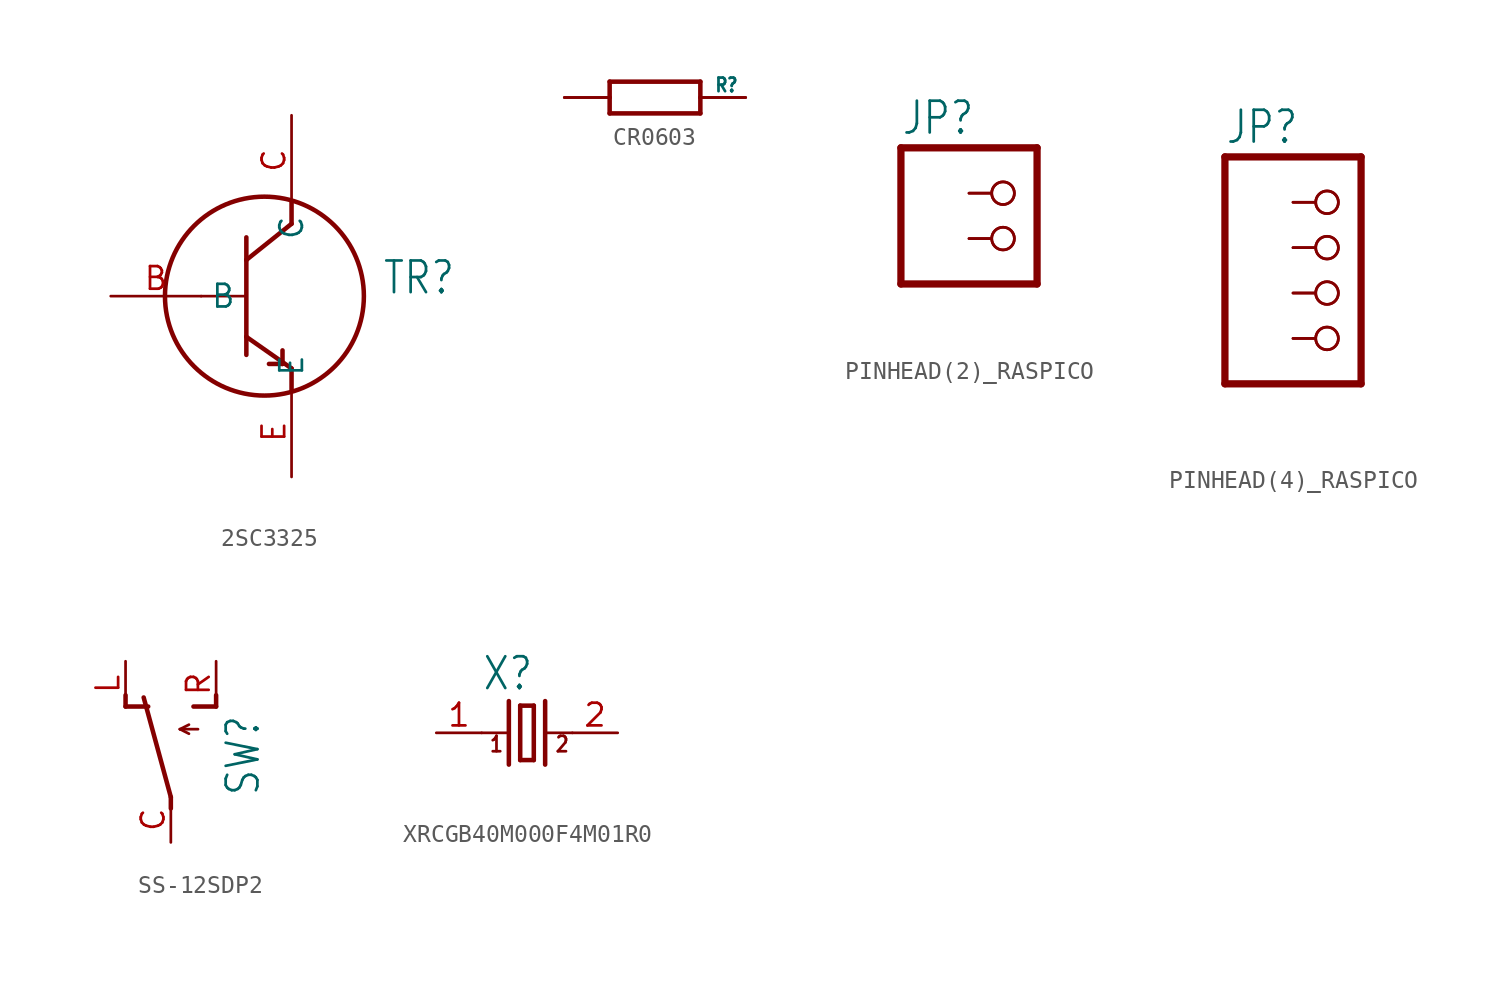
<source format=kicad_sym>
(kicad_symbol_lib
  (version 20220914)
  (generator kicad_symbol_editor)
  (symbol "2SC3325"
    (property "Reference" "TR"
      (at 7.62 0 0)
      (effects (font (size 1.778 1.511)) (justify left bottom)))
    (property "Value" ""
      (at 7.62 -2.54 0)
      (effects (font (size 1.778 1.511)) (justify left bottom)))
    (property "ki_locked" ""
      (at 0 0 0)
      (effects (font (size 1.27 1.27))))
    (symbol "2SC3325_1_0"
      (polyline (pts (xy -2.54 0) (xy 0 0)) (stroke (width 0.152) (type solid)) (fill (type none)))
      (polyline (pts (xy 0 -2.286) (xy 0 -3.302)) (stroke (width 0.254) (type solid)) (fill (type none)))
      (polyline (pts (xy 0 -2.286) (xy 2.54 -4.064)) (stroke (width 0.254) (type solid)) (fill (type none)))
      (polyline (pts (xy 0 2.032) (xy 0 -2.286)) (stroke (width 0.254) (type solid)) (fill (type none)))
      (polyline (pts (xy 0 2.032) (xy 2.54 4.064)) (stroke (width 0.254) (type solid)) (fill (type none)))
      (polyline (pts (xy 0 3.302) (xy 0 2.032)) (stroke (width 0.254) (type solid)) (fill (type none)))
      (polyline (pts (xy 2.032 -3.81) (xy 1.27 -3.81)) (stroke (width 0.254) (type solid)) (fill (type none)))
      (polyline (pts (xy 2.032 -3.81) (xy 2.032 -3.048)) (stroke (width 0.254) (type solid)) (fill (type none)))
      (polyline (pts (xy 2.54 -4.064) (xy 2.54 -5.334)) (stroke (width 0.254) (type solid)) (fill (type none)))
      (polyline (pts (xy 2.54 4.064) (xy 2.54 5.334)) (stroke (width 0.254) (type solid)) (fill (type none)))
      (circle (center 1.016 0) (radius 5.588) (stroke (width 0.254) (type solid)) (fill (type none)))
      (pin bidirectional line (at -7.62 0 0) (length 5.08) (name "B" (effects (font (size 1.27 1.27)))) (number "B" (effects (font (size 1.27 1.27)))))
      (pin bidirectional line (at 2.54 10.16 270) (length 5.08) (name "C" (effects (font (size 1.27 1.27)))) (number "C" (effects (font (size 1.27 1.27)))))
      (pin bidirectional line (at 2.54 -10.16 90) (length 5.08) (name "E" (effects (font (size 1.27 1.27)))) (number "E" (effects (font (size 1.27 1.27)))))))
  (symbol "CR0603"
    (property "Reference" "R"
      (at 3.302 0.254 0)
      (effects (font (size 0.762 0.648)) (justify left bottom)))
    (property "Value" ""
      (at 3.302 -1.016 0)
      (effects (font (size 0.762 0.648)) (justify left bottom)))
    (property "ki_locked" ""
      (at 0 0 0)
      (effects (font (size 1.27 1.27))))
    (symbol "CR0603_1_0"
      (polyline (pts (xy -5.08 0) (xy -2.54 0)) (stroke (width 0.152) (type solid)) (fill (type none)))
      (polyline (pts (xy -2.54 -0.889) (xy -2.54 0)) (stroke (width 0.254) (type solid)) (fill (type none)))
      (polyline (pts (xy -2.54 -0.889) (xy 2.54 -0.889)) (stroke (width 0.254) (type solid)) (fill (type none)))
      (polyline (pts (xy -2.54 0) (xy -2.54 0.889)) (stroke (width 0.254) (type solid)) (fill (type none)))
      (polyline (pts (xy 2.54 -0.889) (xy 2.54 0)) (stroke (width 0.254) (type solid)) (fill (type none)))
      (polyline (pts (xy 2.54 0) (xy 2.54 0.889)) (stroke (width 0.254) (type solid)) (fill (type none)))
      (polyline (pts (xy 2.54 0) (xy 5.08 0)) (stroke (width 0.152) (type solid)) (fill (type none)))
      (polyline (pts (xy 2.54 0.889) (xy -2.54 0.889)) (stroke (width 0.254) (type solid)) (fill (type none)))
      (pin bidirectional line (at -5.08 0 0) (length 2.54) (name "LEFT" (effects (font (size 0 0)))) (number "LEFT" (effects (font (size 0 0)))))
      (pin bidirectional line (at 5.08 0 180) (length 2.54) (name "RIGHT" (effects (font (size 0 0)))) (number "RIGHT" (effects (font (size 0 0)))))))
  (symbol "PINHEAD(2)_RASPICO"
    (property "Reference" "JP"
      (at -6.35 5.715 0)
      (effects (font (size 1.778 1.511)) (justify left bottom)))
    (property "Value" ""
      (at -6.35 -5.08 0)
      (effects (font (size 1.778 1.511)) (justify left bottom)))
    (property "ki_locked" ""
      (at 0 0 0)
      (effects (font (size 1.27 1.27))))
    (symbol "PINHEAD(2)_RASPICO_1_0"
      (polyline (pts (xy -6.35 -2.54) (xy 1.27 -2.54)) (stroke (width 0.406) (type solid)) (fill (type none)))
      (polyline (pts (xy -6.35 5.08) (xy -6.35 -2.54)) (stroke (width 0.406) (type solid)) (fill (type none)))
      (polyline (pts (xy 1.27 -2.54) (xy 1.27 5.08)) (stroke (width 0.406) (type solid)) (fill (type none)))
      (polyline (pts (xy 1.27 5.08) (xy -6.35 5.08)) (stroke (width 0.406) (type solid)) (fill (type none)))
      (pin passive inverted (at -2.54 2.54 0) (length 2.54) (name "1" (effects (font (size 0 0)))) (number "PIN1" (effects (font (size 0 0)))))
      (pin passive inverted (at -2.54 2.54 0) (length 2.54) (name "1" (effects (font (size 0 0)))) (number "PIN1_" (effects (font (size 0 0)))))
      (pin passive inverted (at -2.54 0 0) (length 2.54) (name "2" (effects (font (size 0 0)))) (number "PIN2" (effects (font (size 0 0)))))
      (pin passive inverted (at -2.54 0 0) (length 2.54) (name "2" (effects (font (size 0 0)))) (number "PIN2_" (effects (font (size 0 0)))))))
  (symbol "PINHEAD(4)_RASPICO"
    (property "Reference" "JP"
      (at -6.35 8.255 0)
      (effects (font (size 1.778 1.511)) (justify left bottom)))
    (property "Value" ""
      (at -6.35 -7.62 0)
      (effects (font (size 1.778 1.511)) (justify left bottom)))
    (property "ki_locked" ""
      (at 0 0 0)
      (effects (font (size 1.27 1.27))))
    (symbol "PINHEAD(4)_RASPICO_1_0"
      (polyline (pts (xy -6.35 -5.08) (xy 1.27 -5.08)) (stroke (width 0.406) (type solid)) (fill (type none)))
      (polyline (pts (xy -6.35 7.62) (xy -6.35 -5.08)) (stroke (width 0.406) (type solid)) (fill (type none)))
      (polyline (pts (xy 1.27 -5.08) (xy 1.27 7.62)) (stroke (width 0.406) (type solid)) (fill (type none)))
      (polyline (pts (xy 1.27 7.62) (xy -6.35 7.62)) (stroke (width 0.406) (type solid)) (fill (type none)))
      (pin passive inverted (at -2.54 5.08 0) (length 2.54) (name "1" (effects (font (size 0 0)))) (number "PIN1" (effects (font (size 0 0)))))
      (pin passive inverted (at -2.54 5.08 0) (length 2.54) (name "1" (effects (font (size 0 0)))) (number "PIN1_" (effects (font (size 0 0)))))
      (pin passive inverted (at -2.54 2.54 0) (length 2.54) (name "2" (effects (font (size 0 0)))) (number "PIN2" (effects (font (size 0 0)))))
      (pin passive inverted (at -2.54 2.54 0) (length 2.54) (name "2" (effects (font (size 0 0)))) (number "PIN2_" (effects (font (size 0 0)))))
      (pin passive inverted (at -2.54 0 0) (length 2.54) (name "3" (effects (font (size 0 0)))) (number "PIN3" (effects (font (size 0 0)))))
      (pin passive inverted (at -2.54 0 0) (length 2.54) (name "3" (effects (font (size 0 0)))) (number "PIN3_" (effects (font (size 0 0)))))
      (pin passive inverted (at -2.54 -2.54 0) (length 2.54) (name "4" (effects (font (size 0 0)))) (number "PIN4" (effects (font (size 0 0)))))
      (pin passive inverted (at -2.54 -2.54 0) (length 2.54) (name "4" (effects (font (size 0 0)))) (number "PIN4_" (effects (font (size 0 0)))))))
  (symbol "SS-12SDP2"
    (property "Reference" "SW"
      (at 5.08 -2.54 90)
      (effects (font (size 1.778 1.511)) (justify left bottom)))
    (property "Value" ""
      (at 7.62 -2.54 90)
      (effects (font (size 1.778 1.511)) (justify left bottom)))
    (property "ki_locked" ""
      (at 0 0 0)
      (effects (font (size 1.27 1.27))))
    (symbol "SS-12SDP2_1_0"
      (polyline (pts (xy -2.54 2.54) (xy -2.54 3.175)) (stroke (width 0.254) (type solid)) (fill (type none)))
      (polyline (pts (xy -2.54 2.54) (xy -1.27 2.54)) (stroke (width 0.254) (type solid)) (fill (type none)))
      (polyline (pts (xy 0 -3.175) (xy 0 -2.54)) (stroke (width 0.254) (type solid)) (fill (type none)))
      (polyline (pts (xy 0 -2.54) (xy -1.524 3.048)) (stroke (width 0.254) (type solid)) (fill (type none)))
      (polyline (pts (xy 0.508 1.27) (xy 1.016 1.016)) (stroke (width 0.152) (type solid)) (fill (type none)))
      (polyline (pts (xy 0.508 1.27) (xy 1.016 1.524)) (stroke (width 0.152) (type solid)) (fill (type none)))
      (polyline (pts (xy 0.508 1.27) (xy 1.524 1.27)) (stroke (width 0.152) (type solid)) (fill (type none)))
      (polyline (pts (xy 1.27 2.54) (xy 2.54 2.54)) (stroke (width 0.254) (type solid)) (fill (type none)))
      (polyline (pts (xy 2.54 2.54) (xy 2.54 3.175)) (stroke (width 0.254) (type solid)) (fill (type none)))
      (pin passive line (at 0 -5.08 90) (length 2.54) (name "C" (effects (font (size 0 0)))) (number "C" (effects (font (size 1.27 1.27)))))
      (pin passive line (at -2.54 5.08 270) (length 2.54) (name "L" (effects (font (size 0 0)))) (number "L" (effects (font (size 1.27 1.27)))))
      (pin passive line (at 2.54 5.08 270) (length 2.54) (name "R" (effects (font (size 0 0)))) (number "R" (effects (font (size 1.27 1.27)))))))
  (symbol "XRCGB40M000F4M01R0"
    (property "Reference" "X"
      (at -2.54 2.286 0)
      (effects (font (size 1.778 1.511)) (justify left bottom)))
    (property "Value" ""
      (at -2.54 -3.81 0)
      (effects (font (size 1.778 1.511)) (justify left bottom)))
    (property "ki_locked" ""
      (at 0 0 0)
      (effects (font (size 1.27 1.27))))
    (symbol "XRCGB40M000F4M01R0_1_0"
      (polyline (pts (xy -2.54 0) (xy -1.016 0)) (stroke (width 0.152) (type solid)) (fill (type none)))
      (polyline (pts (xy -1.016 1.778) (xy -1.016 -1.778)) (stroke (width 0.254) (type solid)) (fill (type none)))
      (polyline (pts (xy -0.381 -1.524) (xy 0.381 -1.524)) (stroke (width 0.254) (type solid)) (fill (type none)))
      (polyline (pts (xy -0.381 1.524) (xy -0.381 -1.524)) (stroke (width 0.254) (type solid)) (fill (type none)))
      (polyline (pts (xy 0.381 -1.524) (xy 0.381 1.524)) (stroke (width 0.254) (type solid)) (fill (type none)))
      (polyline (pts (xy 0.381 1.524) (xy -0.381 1.524)) (stroke (width 0.254) (type solid)) (fill (type none)))
      (polyline (pts (xy 1.016 0) (xy 2.54 0)) (stroke (width 0.152) (type solid)) (fill (type none)))
      (polyline (pts (xy 1.016 1.778) (xy 1.016 -1.778)) (stroke (width 0.254) (type solid)) (fill (type none)))
      (text "1" (at -2.159 -1.143 0) (effects (font (size 0.864 0.734)) (justify left bottom)))
      (text "2" (at 1.524 -1.143 0) (effects (font (size 0.864 0.734)) (justify left bottom)))
      (pin passive line (at -5.08 0 0) (length 2.54) (name "1" (effects (font (size 0 0)))) (number "1" (effects (font (size 1.27 1.27)))))
      (pin passive line (at 5.08 0 180) (length 2.54) (name "2" (effects (font (size 0 0)))) (number "2" (effects (font (size 1.27 1.27))))))))
</source>
